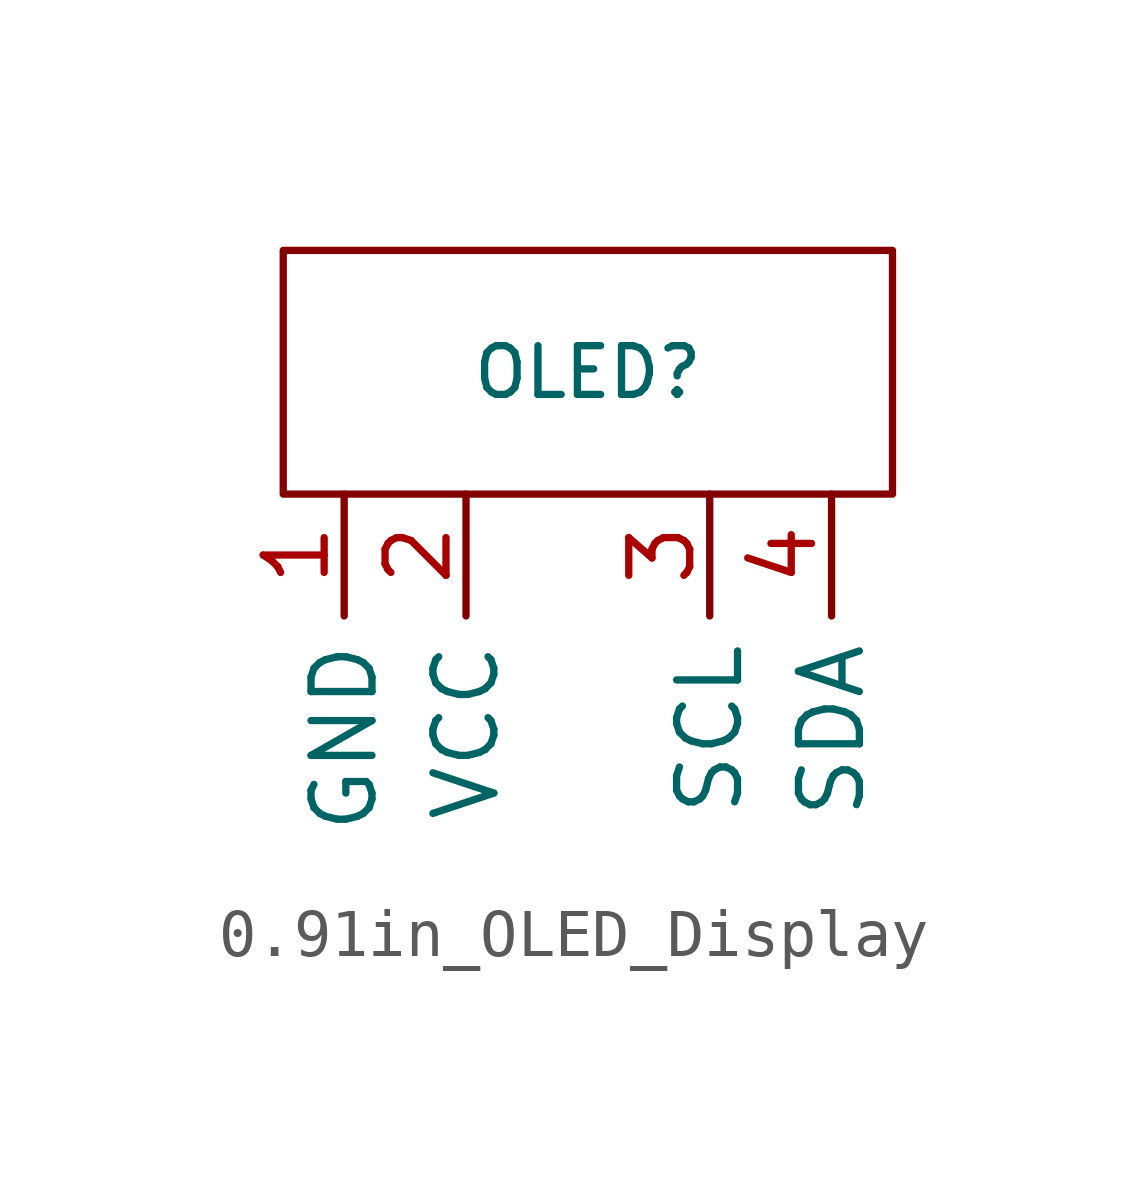
<source format=kicad_sym>
(kicad_symbol_lib
  (version 20241209)
  (generator "kicad_symbol_editor")
  (generator_version "9.0")
  (symbol "0.91in_OLED_Display"
    (property "Reference" "OLED"
      (at 0 0 0)
      (effects (font (size 1.016 1.016))))
    (property "Value" ""
      (at 0 0 0)
      (effects (font (size 1.27 1.27))))
    (symbol "0.91in_OLED_Display_0_1"
      (rectangle (start -6.35 2.54) (end 6.35 -2.54) (stroke (width 0) (type default)) (fill (type none))))
    (symbol "0.91in_OLED_Display_1_1"
      (pin input line (at -5.08 -2.54 270) (length 2.54) (name "GND" (effects (font (size 1.27 1.27)))) (number "1" (effects (font (size 1.27 1.27)))))
      (pin input line (at -2.54 -2.54 270) (length 2.54) (name "VCC" (effects (font (size 1.27 1.27)))) (number "2" (effects (font (size 1.27 1.27)))))
      (pin input line (at 2.54 -2.54 270) (length 2.54) (name "SCL" (effects (font (size 1.27 1.27)))) (number "3" (effects (font (size 1.27 1.27)))))
      (pin input line (at 5.08 -2.54 270) (length 2.54) (name "SDA" (effects (font (size 1.27 1.27)))) (number "4" (effects (font (size 1.27 1.27))))))))
</source>
